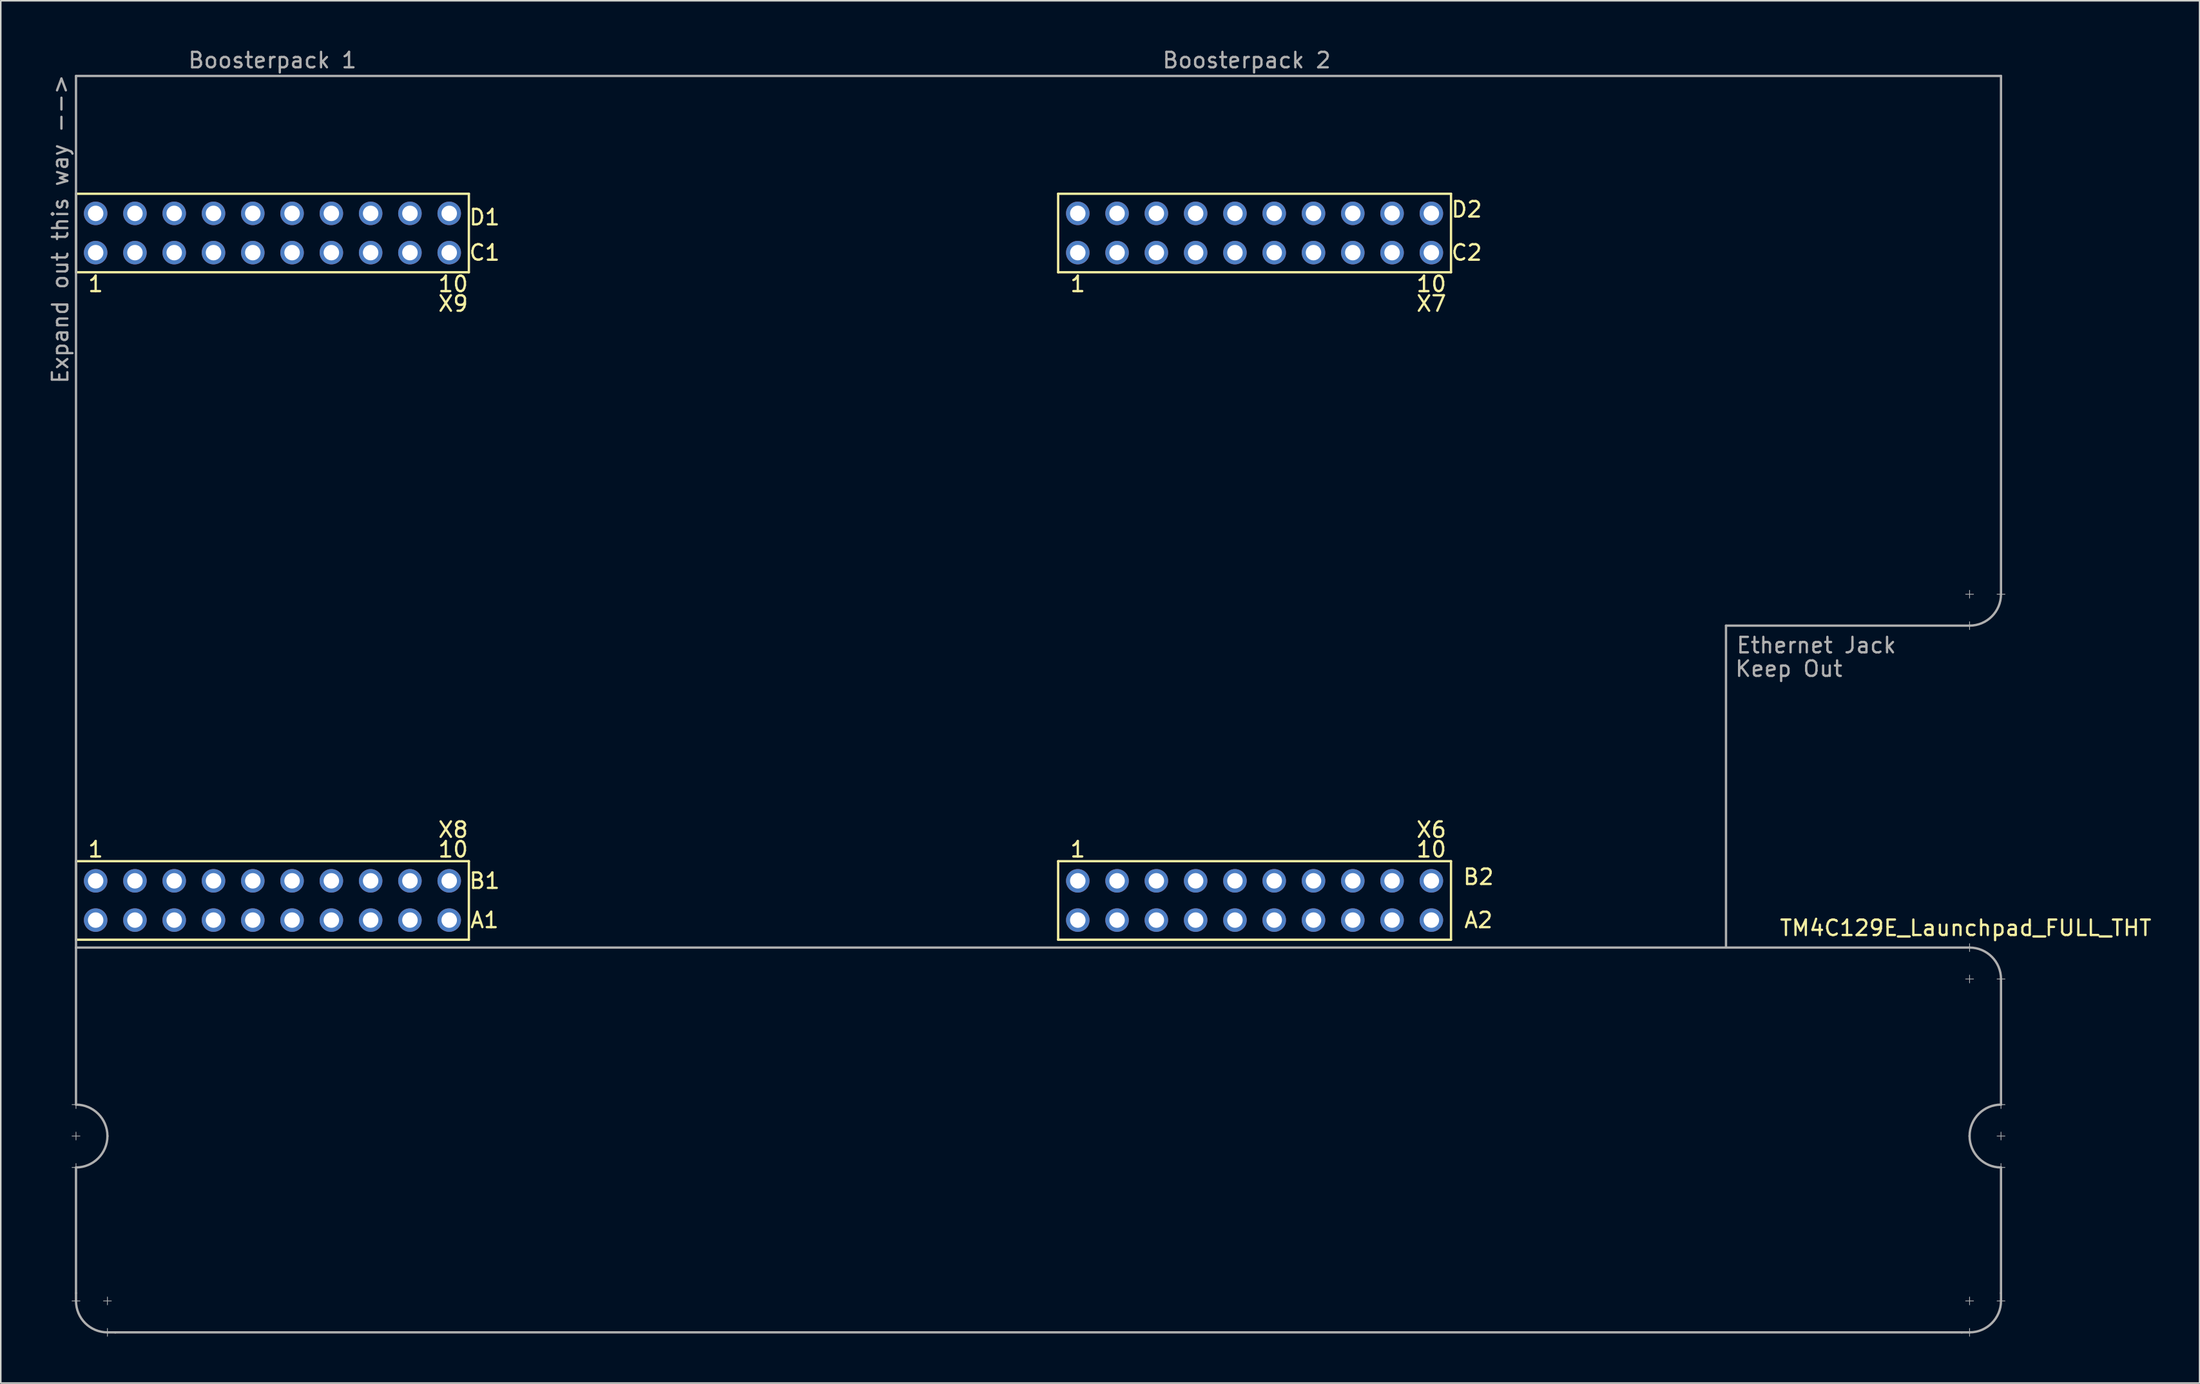
<source format=kicad_pcb>
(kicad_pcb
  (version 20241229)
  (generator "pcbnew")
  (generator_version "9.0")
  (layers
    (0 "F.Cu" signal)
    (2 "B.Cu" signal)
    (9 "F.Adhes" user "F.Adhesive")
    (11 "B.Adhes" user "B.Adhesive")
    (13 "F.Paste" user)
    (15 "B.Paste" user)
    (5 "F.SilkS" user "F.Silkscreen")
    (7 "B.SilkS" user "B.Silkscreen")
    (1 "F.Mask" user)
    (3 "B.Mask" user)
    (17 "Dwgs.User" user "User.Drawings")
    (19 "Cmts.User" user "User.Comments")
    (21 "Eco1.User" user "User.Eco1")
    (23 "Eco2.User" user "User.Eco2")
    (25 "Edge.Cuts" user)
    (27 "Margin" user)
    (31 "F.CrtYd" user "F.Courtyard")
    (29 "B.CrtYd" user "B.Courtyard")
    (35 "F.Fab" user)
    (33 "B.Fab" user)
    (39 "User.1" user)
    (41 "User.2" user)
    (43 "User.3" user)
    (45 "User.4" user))
  (footprint "TM4C129E_Launchpad_FULL_THT"
    (layer "F.Cu")
    (at 1.864 57.744)
    (property "Reference" "TM4C129E_Launchpad_FULL_THT" (at 122.174 -0.762 180) (layer "F.SilkS") (effects (font (size 1 1) (thickness 0.15))))
    (attr through_hole)
    (fp_line (start 0 -48.26) (end 0 -43.18) (stroke (width 0.15) (type solid)) (layer "F.SilkS"))
    (fp_line (start 0 -43.18) (end 25.4 -43.18) (stroke (width 0.15) (type solid)) (layer "F.SilkS"))
    (fp_line (start 0 -5.08) (end 0 0) (stroke (width 0.15) (type solid)) (layer "F.SilkS"))
    (fp_line (start 0 0) (end 25.4 0) (stroke (width 0.15) (type solid)) (layer "F.SilkS"))
    (fp_line (start 25.4 -48.26) (end 0 -48.26) (stroke (width 0.15) (type solid)) (layer "F.SilkS"))
    (fp_line (start 25.4 -43.18) (end 25.4 -48.26) (stroke (width 0.15) (type solid)) (layer "F.SilkS"))
    (fp_line (start 25.4 -5.08) (end 0 -5.08) (stroke (width 0.15) (type solid)) (layer "F.SilkS"))
    (fp_line (start 25.4 0) (end 25.4 -5.08) (stroke (width 0.15) (type solid)) (layer "F.SilkS"))
    (fp_line (start 63.5 -48.26) (end 63.5 -43.18) (stroke (width 0.15) (type solid)) (layer "F.SilkS"))
    (fp_line (start 63.5 -43.18) (end 88.9 -43.18) (stroke (width 0.15) (type solid)) (layer "F.SilkS"))
    (fp_line (start 63.5 -5.08) (end 63.5 0) (stroke (width 0.15) (type solid)) (layer "F.SilkS"))
    (fp_line (start 63.5 0) (end 88.9 0) (stroke (width 0.15) (type solid)) (layer "F.SilkS"))
    (fp_line (start 88.9 -48.26) (end 63.5 -48.26) (stroke (width 0.15) (type solid)) (layer "F.SilkS"))
    (fp_line (start 88.9 -43.18) (end 88.9 -48.26) (stroke (width 0.15) (type solid)) (layer "F.SilkS"))
    (fp_line (start 88.9 -5.08) (end 63.5 -5.08) (stroke (width 0.15) (type solid)) (layer "F.SilkS"))
    (fp_line (start 88.9 0) (end 88.9 -5.08) (stroke (width 0.15) (type solid)) (layer "F.SilkS"))
    (fp_line (start -0.254 10.668) (end 0.254 10.668) (stroke (width 0.05) (type solid)) (layer "F.Fab"))
    (fp_line (start -0.254 12.7) (end 0.254 12.7) (stroke (width 0.05) (type solid)) (layer "F.Fab"))
    (fp_line (start -0.254 14.732) (end 0.254 14.732) (stroke (width 0.05) (type solid)) (layer "F.Fab"))
    (fp_line (start 0 -55.88) (end 0 0.508) (stroke (width 0.15) (type solid)) (layer "F.Fab"))
    (fp_line (start 0 -55.88) (end 124.46 -55.88) (stroke (width 0.15) (type solid)) (layer "F.Fab"))
    (fp_line (start 0 0.508) (end 122.428 0.508) (stroke (width 0.15) (type solid)) (layer "F.Fab"))
    (fp_line (start 0 10.414) (end 0 10.922) (stroke (width 0.05) (type solid)) (layer "F.Fab"))
    (fp_line (start 0 10.668) (end 0 0.508) (stroke (width 0.15) (type solid)) (layer "F.Fab"))
    (fp_line (start 0 12.446) (end 0 12.954) (stroke (width 0.05) (type solid)) (layer "F.Fab"))
    (fp_line (start 0 14.478) (end 0 14.986) (stroke (width 0.05) (type solid)) (layer "F.Fab"))
    (fp_line (start 0 22.86) (end 0 14.732) (stroke (width 0.15) (type solid)) (layer "F.Fab"))
    (fp_line (start 0 22.86) (end 0 23.368) (stroke (width 0.15) (type solid)) (layer "F.Fab"))
    (fp_line (start 0.254 23.368) (end -0.254 23.368) (stroke (width 0.05) (type solid)) (layer "F.Fab"))
    (fp_line (start 1.778 23.368) (end 2.286 23.368) (stroke (width 0.05) (type solid)) (layer "F.Fab"))
    (fp_line (start 2.032 23.114) (end 2.032 23.622) (stroke (width 0.05) (type solid)) (layer "F.Fab"))
    (fp_line (start 2.032 25.146) (end 2.032 25.654) (stroke (width 0.05) (type solid)) (layer "F.Fab"))
    (fp_line (start 2.032 25.4) (end 2.54 25.4) (stroke (width 0.15) (type solid)) (layer "F.Fab"))
    (fp_line (start 2.54 25.4) (end 121.92 25.4) (stroke (width 0.15) (type solid)) (layer "F.Fab"))
    (fp_line (start 106.68 -20.32) (end 106.68 0.508) (stroke (width 0.15) (type solid)) (layer "F.Fab"))
    (fp_line (start 121.92 25.4) (end 122.428 25.4) (stroke (width 0.15) (type solid)) (layer "F.Fab"))
    (fp_line (start 122.174 -22.352) (end 122.682 -22.352) (stroke (width 0.05) (type solid)) (layer "F.Fab"))
    (fp_line (start 122.174 2.54) (end 122.682 2.54) (stroke (width 0.05) (type solid)) (layer "F.Fab"))
    (fp_line (start 122.174 23.368) (end 122.682 23.368) (stroke (width 0.05) (type solid)) (layer "F.Fab"))
    (fp_line (start 122.428 -22.606) (end 122.428 -22.098) (stroke (width 0.05) (type solid)) (layer "F.Fab"))
    (fp_line (start 122.428 -20.574) (end 122.428 -20.066) (stroke (width 0.05) (type solid)) (layer "F.Fab"))
    (fp_line (start 122.428 -20.32) (end 106.68 -20.32) (stroke (width 0.15) (type solid)) (layer "F.Fab"))
    (fp_line (start 122.428 0.254) (end 122.428 0.762) (stroke (width 0.05) (type solid)) (layer "F.Fab"))
    (fp_line (start 122.428 2.286) (end 122.428 2.794) (stroke (width 0.05) (type solid)) (layer "F.Fab"))
    (fp_line (start 122.428 23.114) (end 122.428 23.622) (stroke (width 0.05) (type solid)) (layer "F.Fab"))
    (fp_line (start 122.428 25.146) (end 122.428 25.654) (stroke (width 0.05) (type solid)) (layer "F.Fab"))
    (fp_line (start 124.206 -22.352) (end 124.714 -22.352) (stroke (width 0.05) (type solid)) (layer "F.Fab"))
    (fp_line (start 124.206 2.54) (end 124.714 2.54) (stroke (width 0.05) (type solid)) (layer "F.Fab"))
    (fp_line (start 124.206 10.668) (end 124.714 10.668) (stroke (width 0.05) (type solid)) (layer "F.Fab"))
    (fp_line (start 124.206 12.7) (end 124.714 12.7) (stroke (width 0.05) (type solid)) (layer "F.Fab"))
    (fp_line (start 124.206 14.732) (end 124.714 14.732) (stroke (width 0.05) (type solid)) (layer "F.Fab"))
    (fp_line (start 124.206 23.368) (end 124.714 23.368) (stroke (width 0.05) (type solid)) (layer "F.Fab"))
    (fp_line (start 124.46 -55.88) (end 124.46 -22.352) (stroke (width 0.15) (type solid)) (layer "F.Fab"))
    (fp_line (start 124.46 10.414) (end 124.46 10.922) (stroke (width 0.05) (type solid)) (layer "F.Fab"))
    (fp_line (start 124.46 10.668) (end 124.46 2.54) (stroke (width 0.15) (type solid)) (layer "F.Fab"))
    (fp_line (start 124.46 12.446) (end 124.46 12.954) (stroke (width 0.05) (type solid)) (layer "F.Fab"))
    (fp_line (start 124.46 14.478) (end 124.46 14.986) (stroke (width 0.05) (type solid)) (layer "F.Fab"))
    (fp_line (start 124.46 14.732) (end 124.46 22.86) (stroke (width 0.15) (type solid)) (layer "F.Fab"))
    (fp_line (start 124.46 23.343) (end 124.46 22.86) (stroke (width 0.15) (type solid)) (layer "F.Fab"))
    (fp_arc (start 0 10.668) (mid 1.436841 11.263159) (end 2.032 12.7) (stroke (width 0.15) (type solid)) (layer "F.Fab"))
    (fp_arc (start 2.032 12.7) (mid 1.436841 14.136841) (end 0 14.732) (stroke (width 0.15) (type solid)) (layer "F.Fab"))
    (fp_arc (start 2.032 25.4) (mid 0.595159 24.804841) (end 0 23.368) (stroke (width 0.15) (type solid)) (layer "F.Fab"))
    (fp_arc (start 122.428 0.508) (mid 123.864841 1.103159) (end 124.46 2.54) (stroke (width 0.15) (type solid)) (layer "F.Fab"))
    (fp_arc (start 122.428 12.7) (mid 123.023159 11.263159) (end 124.46 10.668) (stroke (width 0.15) (type solid)) (layer "F.Fab"))
    (fp_arc (start 124.46 -22.352) (mid 123.864841 -20.915159) (end 122.428 -20.32) (stroke (width 0.15) (type solid)) (layer "F.Fab"))
    (fp_arc (start 124.46 14.732) (mid 123.023159 14.136841) (end 122.428 12.7) (stroke (width 0.15) (type solid)) (layer "F.Fab"))
    (fp_arc (start 124.46 23.368) (mid 123.864841 24.804841) (end 122.428 25.4) (stroke (width 0.15) (type solid)) (layer "F.Fab"))
    (fp_text user "X7" (at 87.63 -41.148 180) (layer "F.SilkS") (effects (font (size 1 1) (thickness 0.15))))
    (fp_text user "10" (at 24.384 -5.842 180) (layer "F.SilkS") (effects (font (size 1 1) (thickness 0.15))))
    (fp_text user "A1" (at 26.416 -1.27 180) (layer "F.SilkS") (effects (font (size 1 1) (thickness 0.15))))
    (fp_text user "D1" (at 26.416 -46.736 180) (layer "F.SilkS") (effects (font (size 1 1) (thickness 0.15))))
    (fp_text user "B2" (at 90.678 -4.064 180) (layer "F.SilkS") (effects (font (size 1 1) (thickness 0.15))))
    (fp_text user "C1" (at 26.416 -44.45 180) (layer "F.SilkS") (effects (font (size 1 1) (thickness 0.15))))
    (fp_text user "X9" (at 24.384 -41.148 180) (layer "F.SilkS") (effects (font (size 1 1) (thickness 0.15))))
    (fp_text user "1" (at 64.77 -42.418 180) (layer "F.SilkS") (effects (font (size 1 1) (thickness 0.15))))
    (fp_text user "A2" (at 90.678 -1.27 180) (layer "F.SilkS") (effects (font (size 1 1) (thickness 0.15))))
    (fp_text user "10" (at 87.63 -42.418 180) (layer "F.SilkS") (effects (font (size 1 1) (thickness 0.15))))
    (fp_text user "10" (at 87.63 -5.842 180) (layer "F.SilkS") (effects (font (size 1 1) (thickness 0.15))))
    (fp_text user "D2" (at 89.916 -47.244 0) (layer "F.SilkS") (effects (font (size 1 1) (thickness 0.15))))
    (fp_text user "10" (at 24.384 -42.418 180) (layer "F.SilkS") (effects (font (size 1 1) (thickness 0.15))))
    (fp_text user "X8" (at 24.384 -7.112 180) (layer "F.SilkS") (effects (font (size 1 1) (thickness 0.15))))
    (fp_text user "1" (at 64.77 -5.842 180) (layer "F.SilkS") (effects (font (size 1 1) (thickness 0.15))))
    (fp_text user "1" (at 1.27 -5.842 180) (layer "F.SilkS") (effects (font (size 1 1) (thickness 0.15))))
    (fp_text user "1" (at 1.27 -42.418 180) (layer "F.SilkS") (effects (font (size 1 1) (thickness 0.15))))
    (fp_text user "B1" (at 26.416 -3.81 180) (layer "F.SilkS") (effects (font (size 1 1) (thickness 0.15))))
    (fp_text user "C2" (at 89.916 -44.45 180) (layer "F.SilkS") (effects (font (size 1 1) (thickness 0.15))))
    (fp_text user "X6" (at 87.63 -7.112 0) (layer "F.SilkS") (effects (font (size 1 1) (thickness 0.15))))
    (fp_text user "Boosterpack 2" (at 75.692 -56.896 0) (layer "F.Fab") (effects (font (size 1 1) (thickness 0.15))))
    (fp_text user "Keep Out" (at 110.744 -17.526 0) (layer "F.Fab") (effects (font (size 1 1) (thickness 0.15))))
    (fp_text user "Boosterpack 1" (at 12.7 -56.896 0) (layer "F.Fab") (effects (font (size 1 1) (thickness 0.15))))
    (fp_text user "Expand out this way -->" (at -1.016 -45.974 90) (layer "F.Fab") (effects (font (size 1 1) (thickness 0.15))))
    (fp_text user "Ethernet Jack" (at 112.522 -19.05 0) (layer "F.Fab") (effects (font (size 1 1) (thickness 0.15))))
    (pad "+3V3" thru_hole circle (at 1.27 -1.27 180) (size 1.52 1.52) (drill 1) (layers "*.Cu" "*.Mask" "F.Paste"))
    (pad "+3V3" thru_hole circle (at 64.77 -1.27 180) (size 1.52 1.52) (drill 1) (layers "*.Cu" "*.Mask" "F.Paste"))
    (pad "+5V" thru_hole circle (at 1.27 -3.81 180) (size 1.52 1.52) (drill 1) (layers "*.Cu" "*.Mask" "F.Paste"))
    (pad "+5V" thru_hole circle (at 64.77 -3.81 180) (size 1.52 1.52) (drill 1) (layers "*.Cu" "*.Mask" "F.Paste"))
    (pad "GND" thru_hole circle (at 1.27 -46.99 180) (size 1.52 1.52) (drill 1) (layers "*.Cu" "*.Mask" "F.Paste"))
    (pad "GND" thru_hole circle (at 3.81 -3.81 180) (size 1.52 1.52) (drill 1) (layers "*.Cu" "*.Mask" "F.Paste"))
    (pad "GND" thru_hole circle (at 64.77 -46.99 180) (size 1.52 1.52) (drill 1) (layers "*.Cu" "*.Mask" "F.Paste"))
    (pad "GND" thru_hole circle (at 67.31 -3.81 180) (size 1.52 1.52) (drill 1) (layers "*.Cu" "*.Mask" "F.Paste"))
    (pad "PA4" thru_hole circle (at 85.09 -3.81 180) (size 1.52 1.52) (drill 1) (layers "*.Cu" "*.Mask" "F.Paste"))
    (pad "PA5" thru_hole circle (at 87.63 -3.81 180) (size 1.52 1.52) (drill 1) (layers "*.Cu" "*.Mask" "F.Paste"))
    (pad "PA6" thru_hole circle (at 19.05 -3.81 180) (size 1.52 1.52) (drill 1) (layers "*.Cu" "*.Mask" "F.Paste"))
    (pad "PA7" thru_hole circle (at 72.39 -46.99 180) (size 1.52 1.52) (drill 1) (layers "*.Cu" "*.Mask" "F.Paste"))
    (pad "PB2" thru_hole circle (at 21.59 -1.27 180) (size 1.52 1.52) (drill 1) (layers "*.Cu" "*.Mask" "F.Paste"))
    (pad "PB3" thru_hole circle (at 24.13 -1.27 180) (size 1.52 1.52) (drill 1) (layers "*.Cu" "*.Mask" "F.Paste"))
    (pad "PB4" thru_hole circle (at 69.85 -3.81 180) (size 1.52 1.52) (drill 1) (layers "*.Cu" "*.Mask" "F.Paste"))
    (pad "PB5" thru_hole circle (at 72.39 -3.81 180) (size 1.52 1.52) (drill 1) (layers "*.Cu" "*.Mask" "F.Paste"))
    (pad "PC4" thru_hole circle (at 6.35 -1.27 180) (size 1.52 1.52) (drill 1) (layers "*.Cu" "*.Mask" "F.Paste"))
    (pad "PC5" thru_hole circle (at 8.89 -1.27 180) (size 1.52 1.52) (drill 1) (layers "*.Cu" "*.Mask" "F.Paste"))
    (pad "PC6" thru_hole circle (at 11.43 -1.27 180) (size 1.52 1.52) (drill 1) (layers "*.Cu" "*.Mask" "F.Paste"))
    (pad "PC7" thru_hole circle (at 19.05 -1.27 180) (size 1.52 1.52) (drill 1) (layers "*.Cu" "*.Mask" "F.Paste"))
    (pad "PD0" thru_hole circle (at 16.51 -46.99 180) (size 1.52 1.52) (drill 1) (layers "*.Cu" "*.Mask" "F.Paste"))
    (pad "PD1" thru_hole circle (at 13.97 -46.99 180) (size 1.52 1.52) (drill 1) (layers "*.Cu" "*.Mask" "F.Paste"))
    (pad "PD2" thru_hole circle (at 67.31 -1.27 180) (size 1.52 1.52) (drill 1) (layers "*.Cu" "*.Mask" "F.Paste"))
    (pad "PD3" thru_hole circle (at 16.51 -1.27 180) (size 1.52 1.52) (drill 1) (layers "*.Cu" "*.Mask" "F.Paste"))
    (pad "PD4" thru_hole circle (at 74.93 -1.27 180) (size 1.52 1.52) (drill 1) (layers "*.Cu" "*.Mask" "F.Paste"))
    (pad "PD5" thru_hole circle (at 77.47 -1.27 180) (size 1.52 1.52) (drill 1) (layers "*.Cu" "*.Mask" "F.Paste"))
    (pad "PD7" thru_hole circle (at 16.51 -3.81 180) (size 1.52 1.52) (drill 1) (layers "*.Cu" "*.Mask" "F.Paste"))
    (pad "PE0" thru_hole circle (at 6.35 -3.81 180) (size 1.52 1.52) (drill 1) (layers "*.Cu" "*.Mask" "F.Paste"))
    (pad "PE1" thru_hole circle (at 8.89 -3.81 180) (size 1.52 1.52) (drill 1) (layers "*.Cu" "*.Mask" "F.Paste"))
    (pad "PE2" thru_hole circle (at 11.43 -3.81 180) (size 1.52 1.52) (drill 1) (layers "*.Cu" "*.Mask" "F.Paste"))
    (pad "PE3" thru_hole circle (at 13.97 -3.81 180) (size 1.52 1.52) (drill 1) (layers "*.Cu" "*.Mask" "F.Paste"))
    (pad "PE4" thru_hole circle (at 3.81 -1.27 180) (size 1.52 1.52) (drill 1) (layers "*.Cu" "*.Mask" "F.Paste"))
    (pad "PE5" thru_hole circle (at 13.97 -1.27 180) (size 1.52 1.52) (drill 1) (layers "*.Cu" "*.Mask" "F.Paste"))
    (pad "PF1" thru_hole circle (at 1.27 -44.45 180) (size 1.52 1.52) (drill 1) (layers "*.Cu" "*.Mask" "F.Paste"))
    (pad "PF2" thru_hole circle (at 3.81 -44.45 180) (size 1.52 1.52) (drill 1) (layers "*.Cu" "*.Mask" "F.Paste"))
    (pad "PF3" thru_hole circle (at 6.35 -44.45 180) (size 1.52 1.52) (drill 1) (layers "*.Cu" "*.Mask" "F.Paste"))
    (pad "PG0" thru_hole circle (at 8.89 -44.45 180) (size 1.52 1.52) (drill 1) (layers "*.Cu" "*.Mask" "F.Paste"))
    (pad "PG1" thru_hole circle (at 64.77 -44.45 180) (size 1.52 1.52) (drill 1) (layers "*.Cu" "*.Mask" "F.Paste"))
    (pad "PH0" thru_hole circle (at 80.01 -44.45 180) (size 1.52 1.52) (drill 1) (layers "*.Cu" "*.Mask" "F.Paste"))
    (pad "PH1" thru_hole circle (at 82.55 -44.45 180) (size 1.52 1.52) (drill 1) (layers "*.Cu" "*.Mask" "F.Paste"))
    (pad "PH2" thru_hole circle (at 6.35 -46.99 180) (size 1.52 1.52) (drill 1) (layers "*.Cu" "*.Mask" "F.Paste"))
    (pad "PH3" thru_hole circle (at 8.89 -46.99 180) (size 1.52 1.52) (drill 1) (layers "*.Cu" "*.Mask" "F.Paste"))
    (pad "PK0" thru_hole circle (at 74.93 -3.81 180) (size 1.52 1.52) (drill 1) (layers "*.Cu" "*.Mask" "F.Paste"))
    (pad "PK1" thru_hole circle (at 77.47 -3.81 180) (size 1.52 1.52) (drill 1) (layers "*.Cu" "*.Mask" "F.Paste"))
    (pad "PK2" thru_hole circle (at 80.01 -3.81 180) (size 1.52 1.52) (drill 1) (layers "*.Cu" "*.Mask" "F.Paste"))
    (pad "PK3" thru_hole circle (at 82.55 -3.81 180) (size 1.52 1.52) (drill 1) (layers "*.Cu" "*.Mask" "F.Paste"))
    (pad "PK4" thru_hole circle (at 67.31 -44.45 180) (size 1.52 1.52) (drill 1) (layers "*.Cu" "*.Mask" "F.Paste"))
    (pad "PK5" thru_hole circle (at 69.85 -44.45 180) (size 1.52 1.52) (drill 1) (layers "*.Cu" "*.Mask" "F.Paste"))
    (pad "PK6" thru_hole circle (at 85.09 -44.45 180) (size 1.52 1.52) (drill 1) (layers "*.Cu" "*.Mask" "F.Paste"))
    (pad "PK7" thru_hole circle (at 87.63 -44.45 180) (size 1.52 1.52) (drill 1) (layers "*.Cu" "*.Mask" "F.Paste"))
    (pad "PL0" thru_hole circle (at 16.51 -44.45 180) (size 1.52 1.52) (drill 1) (layers "*.Cu" "*.Mask" "F.Paste"))
    (pad "PL1" thru_hole circle (at 19.05 -44.45 180) (size 1.52 1.52) (drill 1) (layers "*.Cu" "*.Mask" "F.Paste"))
    (pad "PL2" thru_hole circle (at 21.59 -44.45 180) (size 1.52 1.52) (drill 1) (layers "*.Cu" "*.Mask" "F.Paste"))
    (pad "PL3" thru_hole circle (at 24.13 -44.45 180) (size 1.52 1.52) (drill 1) (layers "*.Cu" "*.Mask" "F.Paste"))
    (pad "PL4" thru_hole circle (at 11.43 -44.45 180) (size 1.52 1.52) (drill 1) (layers "*.Cu" "*.Mask" "F.Paste"))
    (pad "PL5" thru_hole circle (at 13.97 -44.45 180) (size 1.52 1.52) (drill 1) (layers "*.Cu" "*.Mask" "F.Paste"))
    (pad "PM0" thru_hole circle (at 72.39 -44.45 180) (size 1.52 1.52) (drill 1) (layers "*.Cu" "*.Mask" "F.Paste"))
    (pad "PM1" thru_hole circle (at 74.93 -44.45 180) (size 1.52 1.52) (drill 1) (layers "*.Cu" "*.Mask" "F.Paste"))
    (pad "PM2" thru_hole circle (at 77.47 -44.45 180) (size 1.52 1.52) (drill 1) (layers "*.Cu" "*.Mask" "F.Paste"))
    (pad "PM3" thru_hole circle (at 3.81 -46.99 180) (size 1.52 1.52) (drill 1) (layers "*.Cu" "*.Mask" "F.Paste"))
    (pad "PM4" thru_hole circle (at 21.59 -3.81 180) (size 1.52 1.52) (drill 1) (layers "*.Cu" "*.Mask" "F.Paste"))
    (pad "PM5" thru_hole circle (at 24.13 -3.81 180) (size 1.52 1.52) (drill 1) (layers "*.Cu" "*.Mask" "F.Paste"))
    (pad "PM6" thru_hole circle (at 87.63 -46.99 180) (size 1.52 1.52) (drill 1) (layers "*.Cu" "*.Mask" "F.Paste"))
    (pad "PM7" thru_hole circle (at 67.31 -46.99 180) (size 1.52 1.52) (drill 1) (layers "*.Cu" "*.Mask" "F.Paste"))
    (pad "PN2" thru_hole circle (at 19.05 -46.99 180) (size 1.52 1.52) (drill 1) (layers "*.Cu" "*.Mask" "F.Paste"))
    (pad "PN3" thru_hole circle (at 21.59 -46.99 180) (size 1.52 1.52) (drill 1) (layers "*.Cu" "*.Mask" "F.Paste"))
    (pad "PN4" thru_hole circle (at 87.63 -1.27 180) (size 1.52 1.52) (drill 1) (layers "*.Cu" "*.Mask" "F.Paste"))
    (pad "PN5" thru_hole circle (at 85.09 -1.27 180) (size 1.52 1.52) (drill 1) (layers "*.Cu" "*.Mask" "F.Paste"))
    (pad "PP0" thru_hole circle (at 69.85 -1.27 180) (size 1.52 1.52) (drill 1) (layers "*.Cu" "*.Mask" "F.Paste"))
    (pad "PP1" thru_hole circle (at 72.39 -1.27 180) (size 1.52 1.52) (drill 1) (layers "*.Cu" "*.Mask" "F.Paste"))
    (pad "PP2" thru_hole circle (at 24.13 -46.99 180) (size 1.52 1.52) (drill 1) (layers "*.Cu" "*.Mask" "F.Paste"))
    (pad "PP3" thru_hole circle (at 82.55 -46.99 180) (size 1.52 1.52) (drill 1) (layers "*.Cu" "*.Mask" "F.Paste"))
    (pad "PP4" thru_hole circle (at 82.55 -1.27 180) (size 1.52 1.52) (drill 1) (layers "*.Cu" "*.Mask" "F.Paste"))
    (pad "PP5" thru_hole circle (at 69.85 -46.99 180) (size 1.52 1.52) (drill 1) (layers "*.Cu" "*.Mask" "F.Paste"))
    (pad "PQ0" thru_hole circle (at 80.01 -1.27 180) (size 1.52 1.52) (drill 1) (layers "*.Cu" "*.Mask" "F.Paste"))
    (pad "PQ1" thru_hole circle (at 85.09 -46.99 180) (size 1.52 1.52) (drill 1) (layers "*.Cu" "*.Mask" "F.Paste"))
    (pad "PQ2" thru_hole circle (at 77.47 -46.99 180) (size 1.52 1.52) (drill 1) (layers "*.Cu" "*.Mask" "F.Paste"))
    (pad "PQ3" thru_hole circle (at 80.01 -46.99 180) (size 1.52 1.52) (drill 1) (layers "*.Cu" "*.Mask" "F.Paste"))
    (pad "Rese" thru_hole circle (at 11.43 -46.99 180) (size 1.52 1.52) (drill 1) (layers "*.Cu" "*.Mask" "F.Paste"))
    (pad "Rese" thru_hole circle (at 74.93 -46.99 180) (size 1.52 1.52) (drill 1) (layers "*.Cu" "*.Mask" "F.Paste")))
  (gr_rect
    (start -3 -3)
    (end 139.163 86.423)
    (stroke (width 0.1) (type default))
    (fill no)
    (layer "Edge.Cuts")))
</source>
